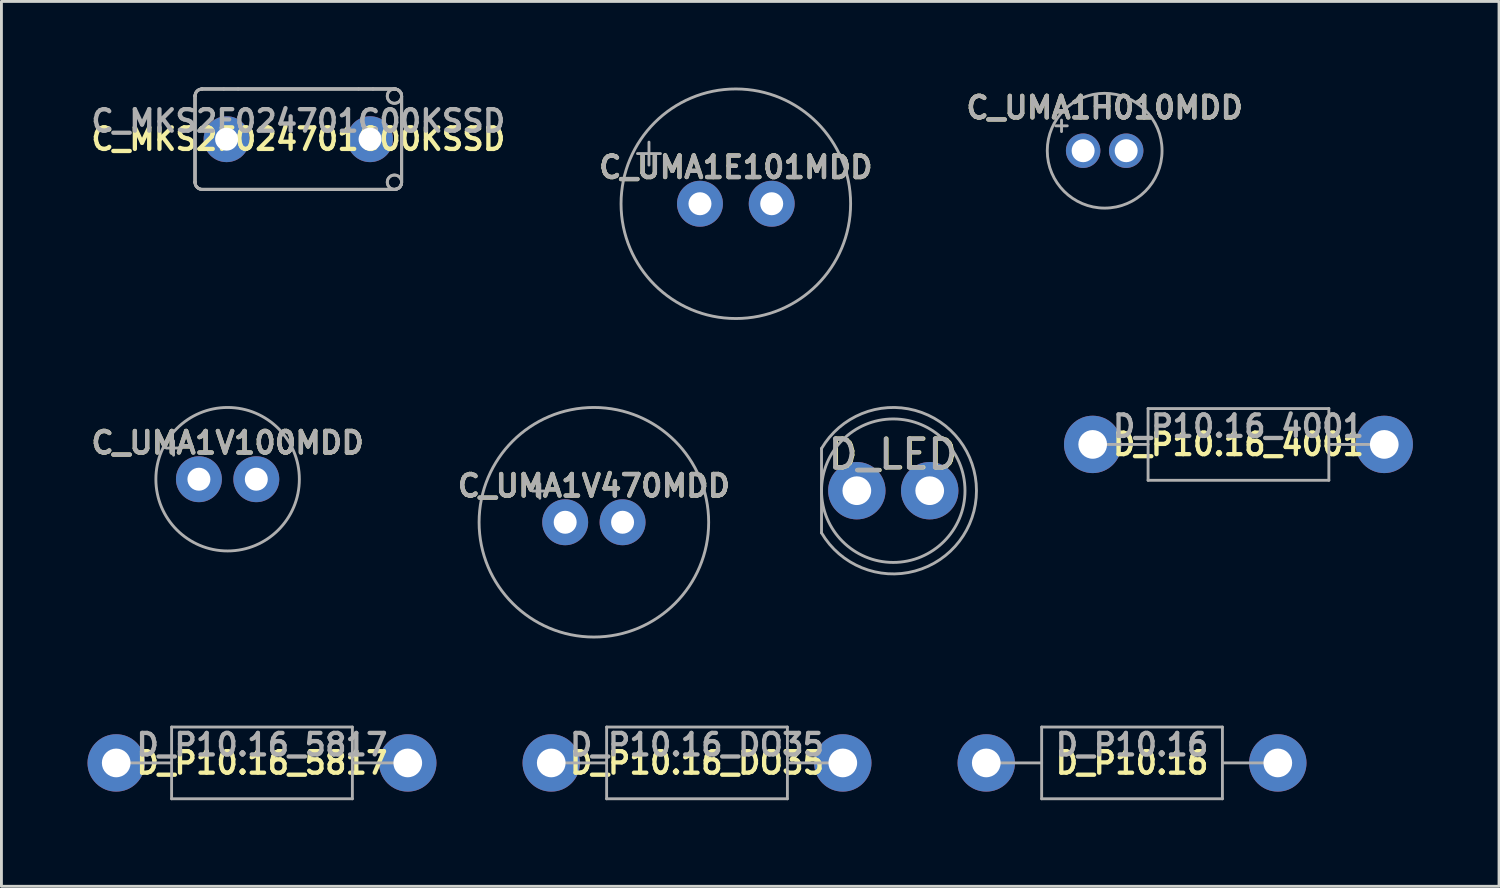
<source format=kicad_pcb>
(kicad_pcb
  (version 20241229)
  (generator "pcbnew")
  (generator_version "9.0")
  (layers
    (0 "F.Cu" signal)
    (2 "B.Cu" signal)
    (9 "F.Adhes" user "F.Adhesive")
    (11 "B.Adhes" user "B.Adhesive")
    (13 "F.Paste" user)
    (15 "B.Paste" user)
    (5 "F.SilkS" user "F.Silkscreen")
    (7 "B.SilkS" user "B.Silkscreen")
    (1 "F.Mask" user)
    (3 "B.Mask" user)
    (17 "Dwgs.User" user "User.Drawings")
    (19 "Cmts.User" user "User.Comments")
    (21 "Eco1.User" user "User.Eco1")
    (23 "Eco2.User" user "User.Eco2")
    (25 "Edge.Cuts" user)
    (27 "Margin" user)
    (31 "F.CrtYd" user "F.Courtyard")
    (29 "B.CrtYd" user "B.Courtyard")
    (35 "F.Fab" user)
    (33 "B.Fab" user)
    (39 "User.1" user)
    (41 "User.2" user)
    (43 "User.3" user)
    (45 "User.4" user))
  (footprint "D_LED"
    (layer "F.Cu")
    (at 28.079 14.05)
    (property "Reference" "D_LED" (at 0 -1.27 0) (layer "F.SilkS") (effects (font (size 1 1) (thickness 0.15))))
    (attr through_hole)
    (fp_line (start -2.5 -1.47) (end -2.5 1.47) (stroke (width 0.1) (type solid)) (layer "F.Fab"))
    (fp_arc (start -2.5 -1.469694) (mid 2.9 0.000016) (end -2.500016 1.469666) (stroke (width 0.1) (type solid)) (layer "F.Fab"))
    (fp_circle (center 0 0) (end 2.5 0) (stroke (width 0.1) (type solid)) (fill no) (layer "F.Fab"))
    (fp_text user "${REFERENCE}" (at -0.02 -1.27 0) (layer "F.Fab") (effects (font (size 1 1) (thickness 0.15))))
    (pad "" connect circle (at -1.27 0) (size 1 1) (layers "F.Mask"))
    (pad "" connect circle (at 1.27 0) (size 1 1) (layers "F.Mask"))
    (pad "1" thru_hole circle (at -1.27 0) (size 2 2) (drill 1) (layers "B.Cu" "B.Mask"))
    (pad "2" thru_hole circle (at 1.27 0) (size 2 2) (drill 1) (layers "B.Cu" "B.Mask")))
  (footprint "D_P10.16_4001"
    (layer "F.Cu")
    (at 40.109 12.437)
    (property "Reference" "D_P10.16_4001" (at 0 0 0) (layer "F.SilkS") (effects (font (size 0.75 0.75) (thickness 0.15))))
    (attr through_hole)
    (fp_line (start -5.08 0) (end -3.15 0) (stroke (width 0.1) (type solid)) (layer "F.Fab"))
    (fp_line (start -3.15 -1.25) (end -3.15 1.25) (stroke (width 0.1) (type solid)) (layer "F.Fab"))
    (fp_line (start -3.15 1.25) (end 3.15 1.25) (stroke (width 0.1) (type solid)) (layer "F.Fab"))
    (fp_line (start 3.15 -1.25) (end -3.15 -1.25) (stroke (width 0.1) (type solid)) (layer "F.Fab"))
    (fp_line (start 3.15 1.25) (end 3.15 -1.25) (stroke (width 0.1) (type solid)) (layer "F.Fab"))
    (fp_line (start 5.08 0) (end 3.15 0) (stroke (width 0.1) (type solid)) (layer "F.Fab"))
    (fp_text user "${REFERENCE}" (at 0 -0.635 0) (layer "F.Fab") (effects (font (size 0.75 0.75) (thickness 0.15))))
    (pad "" connect circle (at -5.08 0) (size 1 1) (layers "F.Mask"))
    (pad "" connect circle (at 5.08 0) (size 1 1) (layers "F.Mask"))
    (pad "1" thru_hole circle (at -5.08 0) (size 2 2) (drill 1) (layers "B.Cu" "B.Mask"))
    (pad "2" thru_hole circle (at 5.08 0) (size 2 2) (drill 1) (layers "B.Cu" "B.Mask")))
  (footprint "C_MKS2F024701C00KSSD"
    (layer "F.Cu")
    (at 7.346 1.8)
    (property "Reference" "C_MKS2F024701C00KSSD" (at 0 0 0) (layer "F.SilkS") (effects (font (size 0.75 0.75) (thickness 0.15))))
    (attr through_hole)
    (fp_line (start -3.6 -1.5) (end -3.6 -1.5) (stroke (width 0.1) (type solid)) (layer "F.Fab"))
    (fp_line (start -3.6 -1.5) (end -3.6 -1.5) (stroke (width 0.1) (type solid)) (layer "F.Fab"))
    (fp_line (start -3.6 -1.5) (end -3.6 1.5) (stroke (width 0.1) (type solid)) (layer "F.Fab"))
    (fp_line (start -3.6 -1.5) (end -3.6 1.5) (stroke (width 0.1) (type solid)) (layer "F.Fab"))
    (fp_line (start -3.6 -1.5) (end -3.6 1.5) (stroke (width 0.1) (type solid)) (layer "F.Fab"))
    (fp_line (start -3.6 -1.5) (end -3.6 1.5) (stroke (width 0.1) (type solid)) (layer "F.Fab"))
    (fp_line (start -3.6 1.5) (end -3.6 1.5) (stroke (width 0.1) (type solid)) (layer "F.Fab"))
    (fp_line (start -3.6 1.5) (end -3.6 1.5) (stroke (width 0.1) (type solid)) (layer "F.Fab"))
    (fp_line (start -3.35 -1.75) (end -3.35 -1.75) (stroke (width 0.1) (type solid)) (layer "F.Fab"))
    (fp_line (start -3.35 -1.75) (end -3.35 -1.75) (stroke (width 0.1) (type solid)) (layer "F.Fab"))
    (fp_line (start -3.35 -1.75) (end 3.35 -1.75) (stroke (width 0.1) (type solid)) (layer "F.Fab"))
    (fp_line (start -3.35 -1.75) (end 3.35 -1.75) (stroke (width 0.1) (type solid)) (layer "F.Fab"))
    (fp_line (start -3.35 1.75) (end -3.35 1.75) (stroke (width 0.1) (type solid)) (layer "F.Fab"))
    (fp_line (start -3.35 1.75) (end -3.35 1.75) (stroke (width 0.1) (type solid)) (layer "F.Fab"))
    (fp_line (start -3.35 1.75) (end 3.35 1.75) (stroke (width 0.1) (type solid)) (layer "F.Fab"))
    (fp_line (start -3.35 1.75) (end 3.35 1.75) (stroke (width 0.1) (type solid)) (layer "F.Fab"))
    (fp_line (start -2.6 -1.75) (end -3.35 -1.75) (stroke (width 0.1) (type solid)) (layer "F.Fab"))
    (fp_line (start -2.6 -1.75) (end -3.35 -1.75) (stroke (width 0.1) (type solid)) (layer "F.Fab"))
    (fp_line (start -2.6 1.75) (end -3.35 1.75) (stroke (width 0.1) (type solid)) (layer "F.Fab"))
    (fp_line (start -2.6 1.75) (end -3.35 1.75) (stroke (width 0.1) (type solid)) (layer "F.Fab"))
    (fp_line (start -2.1 -1.75) (end -2.6 -1.75) (stroke (width 0.1) (type solid)) (layer "F.Fab"))
    (fp_line (start -2.1 -1.75) (end -2.6 -1.75) (stroke (width 0.1) (type solid)) (layer "F.Fab"))
    (fp_line (start -2.1 1.75) (end -2.6 1.75) (stroke (width 0.1) (type solid)) (layer "F.Fab"))
    (fp_line (start -2.1 1.75) (end -2.6 1.75) (stroke (width 0.1) (type solid)) (layer "F.Fab"))
    (fp_line (start 2.1 -1.75) (end -2.1 -1.75) (stroke (width 0.1) (type solid)) (layer "F.Fab"))
    (fp_line (start 2.1 -1.75) (end -2.1 -1.75) (stroke (width 0.1) (type solid)) (layer "F.Fab"))
    (fp_line (start 2.1 1.75) (end -2.1 1.75) (stroke (width 0.1) (type solid)) (layer "F.Fab"))
    (fp_line (start 2.1 1.75) (end -2.1 1.75) (stroke (width 0.1) (type solid)) (layer "F.Fab"))
    (fp_line (start 2.6 -1.75) (end 2.1 -1.75) (stroke (width 0.1) (type solid)) (layer "F.Fab"))
    (fp_line (start 2.6 -1.75) (end 2.1 -1.75) (stroke (width 0.1) (type solid)) (layer "F.Fab"))
    (fp_line (start 2.6 1.75) (end 2.1 1.75) (stroke (width 0.1) (type solid)) (layer "F.Fab"))
    (fp_line (start 2.6 1.75) (end 2.1 1.75) (stroke (width 0.1) (type solid)) (layer "F.Fab"))
    (fp_line (start 3.35 -1.75) (end 2.6 -1.75) (stroke (width 0.1) (type solid)) (layer "F.Fab"))
    (fp_line (start 3.35 -1.75) (end 2.6 -1.75) (stroke (width 0.1) (type solid)) (layer "F.Fab"))
    (fp_line (start 3.35 -1.75) (end 3.35 -1.75) (stroke (width 0.1) (type solid)) (layer "F.Fab"))
    (fp_line (start 3.35 -1.75) (end 3.35 -1.75) (stroke (width 0.1) (type solid)) (layer "F.Fab"))
    (fp_line (start 3.35 1.75) (end 2.6 1.75) (stroke (width 0.1) (type solid)) (layer "F.Fab"))
    (fp_line (start 3.35 1.75) (end 2.6 1.75) (stroke (width 0.1) (type solid)) (layer "F.Fab"))
    (fp_line (start 3.35 1.75) (end 3.35 1.75) (stroke (width 0.1) (type solid)) (layer "F.Fab"))
    (fp_line (start 3.35 1.75) (end 3.35 1.75) (stroke (width 0.1) (type solid)) (layer "F.Fab"))
    (fp_line (start 3.6 -1.5) (end 3.6 -1.5) (stroke (width 0.1) (type solid)) (layer "F.Fab"))
    (fp_line (start 3.6 -1.5) (end 3.6 -1.5) (stroke (width 0.1) (type solid)) (layer "F.Fab"))
    (fp_line (start 3.6 -1.5) (end 3.6 1.5) (stroke (width 0.1) (type solid)) (layer "F.Fab"))
    (fp_line (start 3.6 -1.5) (end 3.6 1.5) (stroke (width 0.1) (type solid)) (layer "F.Fab"))
    (fp_line (start 3.6 -1.5) (end 3.6 1.5) (stroke (width 0.1) (type solid)) (layer "F.Fab"))
    (fp_line (start 3.6 -1.5) (end 3.6 1.5) (stroke (width 0.1) (type solid)) (layer "F.Fab"))
    (fp_line (start 3.6 1.5) (end 3.6 1.5) (stroke (width 0.1) (type solid)) (layer "F.Fab"))
    (fp_line (start 3.6 1.5) (end 3.6 1.5) (stroke (width 0.1) (type solid)) (layer "F.Fab"))
    (fp_arc (start -3.6 -1.5) (mid -3.526777 -1.676777) (end -3.35 -1.75) (stroke (width 0.1) (type solid)) (layer "F.Fab"))
    (fp_arc (start -3.6 -1.5) (mid -3.526777 -1.676777) (end -3.35 -1.75) (stroke (width 0.1) (type solid)) (layer "F.Fab"))
    (fp_arc (start -3.6 -1.5) (mid -3.526777 -1.676777) (end -3.35 -1.75) (stroke (width 0.1) (type solid)) (layer "F.Fab"))
    (fp_arc (start -3.6 -1.5) (mid -3.526777 -1.676777) (end -3.35 -1.75) (stroke (width 0.1) (type solid)) (layer "F.Fab"))
    (fp_arc (start -3.35 1.75) (mid -3.526777 1.676777) (end -3.6 1.5) (stroke (width 0.1) (type solid)) (layer "F.Fab"))
    (fp_arc (start -3.35 1.75) (mid -3.526777 1.676777) (end -3.6 1.5) (stroke (width 0.1) (type solid)) (layer "F.Fab"))
    (fp_arc (start -3.35 1.75) (mid -3.526777 1.676777) (end -3.6 1.5) (stroke (width 0.1) (type solid)) (layer "F.Fab"))
    (fp_arc (start -3.35 1.75) (mid -3.526777 1.676777) (end -3.6 1.5) (stroke (width 0.1) (type solid)) (layer "F.Fab"))
    (fp_arc (start 3.35 -1.75) (mid 3.526777 -1.676777) (end 3.6 -1.5) (stroke (width 0.1) (type solid)) (layer "F.Fab"))
    (fp_arc (start 3.35 -1.75) (mid 3.526777 -1.676777) (end 3.6 -1.5) (stroke (width 0.1) (type solid)) (layer "F.Fab"))
    (fp_arc (start 3.35 -1.75) (mid 3.526777 -1.676777) (end 3.6 -1.5) (stroke (width 0.1) (type solid)) (layer "F.Fab"))
    (fp_arc (start 3.35 -1.75) (mid 3.526777 -1.676777) (end 3.6 -1.5) (stroke (width 0.1) (type solid)) (layer "F.Fab"))
    (fp_arc (start 3.6 -1.5) (mid 3.1 -1.5) (end 3.6 -1.5) (stroke (width 0.1) (type solid)) (layer "F.Fab"))
    (fp_arc (start 3.6 -1.5) (mid 3.1 -1.5) (end 3.6 -1.5) (stroke (width 0.1) (type solid)) (layer "F.Fab"))
    (fp_arc (start 3.6 1.5) (mid 3.526777 1.676777) (end 3.35 1.75) (stroke (width 0.1) (type solid)) (layer "F.Fab"))
    (fp_arc (start 3.6 1.5) (mid 3.526777 1.676777) (end 3.35 1.75) (stroke (width 0.1) (type solid)) (layer "F.Fab"))
    (fp_arc (start 3.6 1.5) (mid 3.526777 1.676777) (end 3.35 1.75) (stroke (width 0.1) (type solid)) (layer "F.Fab"))
    (fp_arc (start 3.6 1.5) (mid 3.526777 1.676777) (end 3.35 1.75) (stroke (width 0.1) (type solid)) (layer "F.Fab"))
    (fp_arc (start 3.6 1.5) (mid 3.1 1.5) (end 3.6 1.5) (stroke (width 0.1) (type solid)) (layer "F.Fab"))
    (fp_arc (start 3.6 1.5) (mid 3.1 1.5) (end 3.6 1.5) (stroke (width 0.1) (type solid)) (layer "F.Fab"))
    (fp_text user "${REFERENCE}" (at 0 -0.635 0) (layer "F.Fab") (effects (font (size 0.75 0.75) (thickness 0.15))))
    (pad "" connect circle (at -2.5 0) (size 0.8 0.8) (layers "F.Mask"))
    (pad "" connect circle (at 2.5 0) (size 0.8 0.8) (layers "F.Mask"))
    (pad "1" thru_hole circle (at -2.5 0) (size 1.6 1.6) (drill 0.8) (layers "B.Cu" "B.Mask"))
    (pad "2" thru_hole circle (at 2.5 0) (size 1.6 1.6) (drill 0.8) (layers "B.Cu" "B.Mask")))
  (footprint "C_UMA1V100MDD"
    (layer "F.Cu")
    (at 4.882 13.65)
    (property "Reference" "C_UMA1V100MDD" (at 0 -1.27 0) (layer "F.SilkS") (effects (font (size 0.75 0.75) (thickness 0.15))))
    (attr through_hole)
    (fp_line (start -2.134 -1.087) (end -1.634 -1.087) (stroke (width 0.1) (type solid)) (layer "F.Fab"))
    (fp_line (start -1.884 -1.337) (end -1.884 -0.838) (stroke (width 0.1) (type solid)) (layer "F.Fab"))
    (fp_circle (center 0 0) (end 2.5 0) (stroke (width 0.1) (type solid)) (fill no) (layer "F.Fab"))
    (fp_text user "${REFERENCE}" (at 0 -1.27 0) (layer "F.Fab") (effects (font (size 0.75 0.75) (thickness 0.15))))
    (pad "" connect circle (at -1 0) (size 0.6 0.6) (layers "F.Mask"))
    (pad "" connect circle (at 1 0) (size 0.6 0.6) (layers "F.Mask"))
    (pad "1" thru_hole circle (at -1 0) (size 1.6 1.6) (drill 0.8) (layers "B.Cu" "B.Mask"))
    (pad "2" thru_hole circle (at 1 0) (size 1.6 1.6) (drill 0.8) (layers "B.Cu" "B.Mask")))
  (footprint "C_UMA1H010MDD"
    (layer "F.Cu")
    (at 35.446 2.202)
    (property "Reference" "C_UMA1H010MDD" (at 0 -1.5 0) (layer "F.SilkS") (effects (font (size 0.75 0.75) (thickness 0.15))))
    (attr through_hole)
    (fp_line (start -1.703 -0.868) (end -1.303 -0.868) (stroke (width 0.1) (type solid)) (layer "F.Fab"))
    (fp_line (start -1.503 -1.067) (end -1.503 -0.667) (stroke (width 0.1) (type solid)) (layer "F.Fab"))
    (fp_circle (center 0 0) (end 2 0) (stroke (width 0.1) (type solid)) (fill no) (layer "F.Fab"))
    (fp_text user "${REFERENCE}" (at 0 -1.5 0) (layer "F.Fab") (effects (font (size 0.75 0.75) (thickness 0.15))))
    (pad "" connect circle (at -0.75 0) (size 0.6 0.6) (layers "F.Mask"))
    (pad "" connect circle (at 0.75 0) (size 0.6 0.6) (layers "F.Mask"))
    (pad "1" thru_hole circle (at -0.75 0) (size 1.2 1.2) (drill 0.8) (layers "B.Cu" "B.Mask"))
    (pad "2" thru_hole circle (at 0.75 0) (size 1.2 1.2) (drill 0.8) (layers "B.Cu" "B.Mask")))
  (footprint "C_UMA1V470MDD"
    (layer "F.Cu")
    (at 17.646 15.15)
    (property "Reference" "C_UMA1V470MDD" (at 0 -1.27 0) (layer "F.SilkS") (effects (font (size 0.75 0.75) (thickness 0.15))))
    (attr through_hole)
    (fp_line (start -2.134 -1.087) (end -1.634 -1.087) (stroke (width 0.1) (type solid)) (layer "F.Fab"))
    (fp_line (start -1.884 -1.337) (end -1.884 -0.838) (stroke (width 0.1) (type solid)) (layer "F.Fab"))
    (fp_circle (center 0 0) (end 4 0) (stroke (width 0.1) (type solid)) (fill no) (layer "F.Fab"))
    (fp_text user "${REFERENCE}" (at 0 -1.27 0) (layer "F.Fab") (effects (font (size 0.75 0.75) (thickness 0.15))))
    (pad "" connect circle (at -1 0) (size 0.6 0.6) (layers "F.Mask"))
    (pad "" connect circle (at 1 0) (size 0.6 0.6) (layers "F.Mask"))
    (pad "1" thru_hole circle (at -1 0) (size 1.6 1.6) (drill 0.8) (layers "B.Cu" "B.Mask"))
    (pad "2" thru_hole circle (at 1 0) (size 1.6 1.6) (drill 0.8) (layers "B.Cu" "B.Mask")))
  (footprint "D_P10.16_DO35"
    (layer "F.Cu")
    (at 21.24 23.537)
    (property "Reference" "D_P10.16_DO35" (at 0 0 0) (layer "F.SilkS") (effects (font (size 0.75 0.75) (thickness 0.15))))
    (attr through_hole)
    (fp_line (start -5.08 0) (end -3.15 0) (stroke (width 0.1) (type solid)) (layer "F.Fab"))
    (fp_line (start -3.15 -1.25) (end -3.15 1.25) (stroke (width 0.1) (type solid)) (layer "F.Fab"))
    (fp_line (start -3.15 1.25) (end 3.15 1.25) (stroke (width 0.1) (type solid)) (layer "F.Fab"))
    (fp_line (start 3.15 -1.25) (end -3.15 -1.25) (stroke (width 0.1) (type solid)) (layer "F.Fab"))
    (fp_line (start 3.15 1.25) (end 3.15 -1.25) (stroke (width 0.1) (type solid)) (layer "F.Fab"))
    (fp_line (start 5.08 0) (end 3.15 0) (stroke (width 0.1) (type solid)) (layer "F.Fab"))
    (fp_text user "${REFERENCE}" (at 0 -0.635 0) (layer "F.Fab") (effects (font (size 0.75 0.75) (thickness 0.15))))
    (pad "" connect circle (at -5.08 0) (size 0.8 0.8) (layers "F.Mask"))
    (pad "" connect circle (at 5.08 0) (size 0.8 0.8) (layers "F.Mask"))
    (pad "1" thru_hole circle (at -5.08 0) (size 2 2) (drill 1) (layers "B.Cu" "B.Mask"))
    (pad "2" thru_hole circle (at 5.08 0) (size 2 2) (drill 1) (layers "B.Cu" "B.Mask")))
  (footprint "D_P10.16_5817"
    (layer "F.Cu")
    (at 6.08 23.537)
    (property "Reference" "D_P10.16_5817" (at 0 0 0) (layer "F.SilkS") (effects (font (size 0.75 0.75) (thickness 0.15))))
    (attr through_hole)
    (fp_line (start -5.08 0) (end -3.15 0) (stroke (width 0.1) (type solid)) (layer "F.Fab"))
    (fp_line (start -3.15 -1.25) (end -3.15 1.25) (stroke (width 0.1) (type solid)) (layer "F.Fab"))
    (fp_line (start -3.15 1.25) (end 3.15 1.25) (stroke (width 0.1) (type solid)) (layer "F.Fab"))
    (fp_line (start 3.15 -1.25) (end -3.15 -1.25) (stroke (width 0.1) (type solid)) (layer "F.Fab"))
    (fp_line (start 3.15 1.25) (end 3.15 -1.25) (stroke (width 0.1) (type solid)) (layer "F.Fab"))
    (fp_line (start 5.08 0) (end 3.15 0) (stroke (width 0.1) (type solid)) (layer "F.Fab"))
    (fp_text user "${REFERENCE}" (at 0 -0.635 0) (layer "F.Fab") (effects (font (size 0.75 0.75) (thickness 0.15))))
    (pad "" connect circle (at -5.08 0) (size 1 1) (layers "F.Mask"))
    (pad "" connect circle (at 5.08 0) (size 1 1) (layers "F.Mask"))
    (pad "1" thru_hole circle (at -5.08 0) (size 2 2) (drill 1) (layers "B.Cu" "B.Mask"))
    (pad "2" thru_hole circle (at 5.08 0) (size 2 2) (drill 1) (layers "B.Cu" "B.Mask")))
  (footprint "C_UMA1E101MDD"
    (layer "F.Cu")
    (at 22.593 4.05)
    (property "Reference" "C_UMA1E101MDD" (at 0 -1.27 0) (layer "F.SilkS") (effects (font (size 0.75 0.75) (thickness 0.15))))
    (attr through_hole)
    (fp_line (start -3.427 -1.748) (end -2.627 -1.748) (stroke (width 0.1) (type solid)) (layer "F.Fab"))
    (fp_line (start -3.027 -2.147) (end -3.027 -1.347) (stroke (width 0.1) (type solid)) (layer "F.Fab"))
    (fp_circle (center 0 0) (end 4 0) (stroke (width 0.1) (type solid)) (fill no) (layer "F.Fab"))
    (fp_text user "${REFERENCE}" (at 0 -1.27 0) (layer "F.Fab") (effects (font (size 0.75 0.75) (thickness 0.15))))
    (pad "" connect circle (at -1.25 0) (size 0.6 0.6) (layers "F.Mask"))
    (pad "" connect circle (at 1.25 0) (size 0.6 0.6) (layers "F.Mask"))
    (pad "1" thru_hole circle (at -1.25 0) (size 1.6 1.6) (drill 0.8) (layers "B.Cu" "B.Mask"))
    (pad "2" thru_hole circle (at 1.25 0) (size 1.6 1.6) (drill 0.8) (layers "B.Cu" "B.Mask")))
  (footprint "D_P10.16"
    (layer "F.Cu")
    (at 36.4 23.537)
    (property "Reference" "D_P10.16" (at 0 0 0) (layer "F.SilkS") (effects (font (size 0.75 0.75) (thickness 0.15))))
    (attr through_hole)
    (fp_line (start -5.08 0) (end -3.15 0) (stroke (width 0.1) (type solid)) (layer "F.Fab"))
    (fp_line (start -3.15 -1.25) (end -3.15 1.25) (stroke (width 0.1) (type solid)) (layer "F.Fab"))
    (fp_line (start -3.15 1.25) (end 3.15 1.25) (stroke (width 0.1) (type solid)) (layer "F.Fab"))
    (fp_line (start 3.15 -1.25) (end -3.15 -1.25) (stroke (width 0.1) (type solid)) (layer "F.Fab"))
    (fp_line (start 3.15 1.25) (end 3.15 -1.25) (stroke (width 0.1) (type solid)) (layer "F.Fab"))
    (fp_line (start 5.08 0) (end 3.15 0) (stroke (width 0.1) (type solid)) (layer "F.Fab"))
    (fp_text user "${REFERENCE}" (at 0 -0.635 0) (layer "F.Fab") (effects (font (size 0.75 0.75) (thickness 0.15))))
    (pad "" connect circle (at -5.08 0) (size 1 1) (layers "F.Mask"))
    (pad "" connect circle (at 5.08 0) (size 1 1) (layers "F.Mask"))
    (pad "1" thru_hole circle (at -5.08 0) (size 2 2) (drill 1) (layers "B.Cu" "B.Mask"))
    (pad "2" thru_hole circle (at 5.08 0) (size 2 2) (drill 1) (layers "B.Cu" "B.Mask")))
  (gr_rect
    (start -3 -3)
    (end 49.189 27.837)
    (stroke (width 0.1) (type default))
    (fill no)
    (layer "Edge.Cuts")))
</source>
